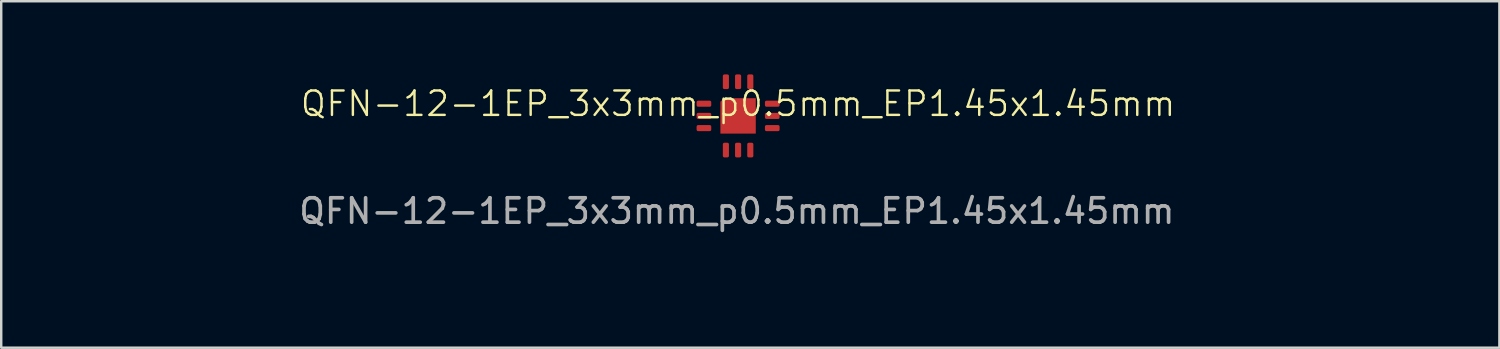
<source format=kicad_pcb>
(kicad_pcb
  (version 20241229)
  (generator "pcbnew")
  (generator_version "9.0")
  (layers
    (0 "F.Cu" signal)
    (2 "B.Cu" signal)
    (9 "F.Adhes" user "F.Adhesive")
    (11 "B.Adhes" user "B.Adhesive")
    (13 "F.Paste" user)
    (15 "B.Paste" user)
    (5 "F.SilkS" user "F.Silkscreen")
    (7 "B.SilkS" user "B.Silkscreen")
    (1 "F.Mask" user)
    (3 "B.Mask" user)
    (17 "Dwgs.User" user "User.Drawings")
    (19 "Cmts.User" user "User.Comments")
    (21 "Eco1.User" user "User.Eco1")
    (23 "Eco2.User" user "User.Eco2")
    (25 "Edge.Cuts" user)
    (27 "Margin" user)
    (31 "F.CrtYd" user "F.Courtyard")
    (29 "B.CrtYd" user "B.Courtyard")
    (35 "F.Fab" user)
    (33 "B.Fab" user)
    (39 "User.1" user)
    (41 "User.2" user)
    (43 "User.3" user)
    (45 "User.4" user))
  (footprint "QFN-12-1EP_3x3mm_p0.5mm_EP1.45x1.45mm"
    (layer "F.Cu")
    (at 27.196 1.7)
    (property "Reference" "QFN-12-1EP_3x3mm_p0.5mm_EP1.45x1.45mm" (at 0 -0.5 0) (unlocked yes) (layer "F.SilkS") (effects (font (size 1 1) (thickness 0.1))))
    (attr smd)
    (fp_text user "${REFERENCE}" (at -0.05 3.9 0) (unlocked yes) (layer "F.Fab") (effects (font (size 1 1) (thickness 0.15))))
    (fp_text user "https://www.st.com/en/protections-and-emi-filters/tcpp01-m12.html" (at 0.5 5.65 0) (unlocked yes) (layer "User.1") (effects (font (size 1 1) (thickness 0.15))))
    (pad "1" smd roundrect (at -1.1 -0.5 90) (size 0.25 0.6) (drill (offset 0 -0.3)) (layers "F.Cu" "F.Mask" "F.Paste" "Eco1.User") (roundrect_rratio 0.25))
    (pad "2" smd roundrect (at -1.1 0 90) (size 0.25 0.6) (drill (offset 0 -0.3)) (layers "F.Cu" "F.Mask" "F.Paste" "Eco1.User") (roundrect_rratio 0.25))
    (pad "3" smd roundrect (at -1.1 0.5 90) (size 0.25 0.6) (drill (offset 0 -0.3)) (layers "F.Cu" "F.Mask" "F.Paste" "Eco1.User") (roundrect_rratio 0.25))
    (pad "4" smd roundrect (at -0.5 1.1 180) (size 0.25 0.6) (drill (offset 0 -0.3)) (layers "F.Cu" "F.Mask" "F.Paste" "Eco1.User") (roundrect_rratio 0.25))
    (pad "5" smd roundrect (at 0 1.1 180) (size 0.25 0.6) (drill (offset 0 -0.3)) (layers "F.Cu" "F.Mask" "F.Paste" "Eco1.User") (roundrect_rratio 0.25))
    (pad "6" smd roundrect (at 0.5 1.1 180) (size 0.25 0.6) (drill (offset 0 -0.3)) (layers "F.Cu" "F.Mask" "F.Paste" "Eco1.User") (roundrect_rratio 0.25))
    (pad "7" smd roundrect (at 1.1 0.5 270) (size 0.25 0.6) (drill (offset 0 -0.3)) (layers "F.Cu" "F.Mask" "F.Paste" "Eco1.User") (roundrect_rratio 0.25))
    (pad "8" smd roundrect (at 1.1 0 270) (size 0.25 0.6) (drill (offset 0 -0.3)) (layers "F.Cu" "F.Mask" "F.Paste" "Eco1.User") (roundrect_rratio 0.25))
    (pad "9" smd roundrect (at 1.1 -0.5 270) (size 0.25 0.6) (drill (offset 0 -0.3)) (layers "F.Cu" "F.Mask" "F.Paste" "Eco1.User") (roundrect_rratio 0.25))
    (pad "10" smd roundrect (at 0.5 -1.1) (size 0.25 0.6) (drill (offset 0 -0.3)) (layers "F.Cu" "F.Mask" "F.Paste" "Eco1.User") (roundrect_rratio 0.25))
    (pad "11" smd roundrect (at 0 -1.1) (size 0.25 0.6) (drill (offset 0 -0.3)) (layers "F.Cu" "F.Mask" "F.Paste" "Eco1.User") (roundrect_rratio 0.25))
    (pad "12" smd roundrect (at -0.5 -1.1) (size 0.25 0.6) (drill (offset 0 -0.3)) (layers "F.Cu" "F.Mask" "F.Paste" "Eco1.User") (roundrect_rratio 0.25))
    (pad "13" smd roundrect (at 0 0) (size 1.45 1.45) (property pad_prop_heatsink) (layers "F.Cu" "F.Mask" "F.Paste") (roundrect_rratio 0) (chamfer_ratio 0.1) (chamfer top_left)))
  (gr_rect
    (start -3 -3)
    (end 58.393 11.198)
    (stroke (width 0.1) (type default))
    (fill no)
    (layer "Edge.Cuts")))
</source>
